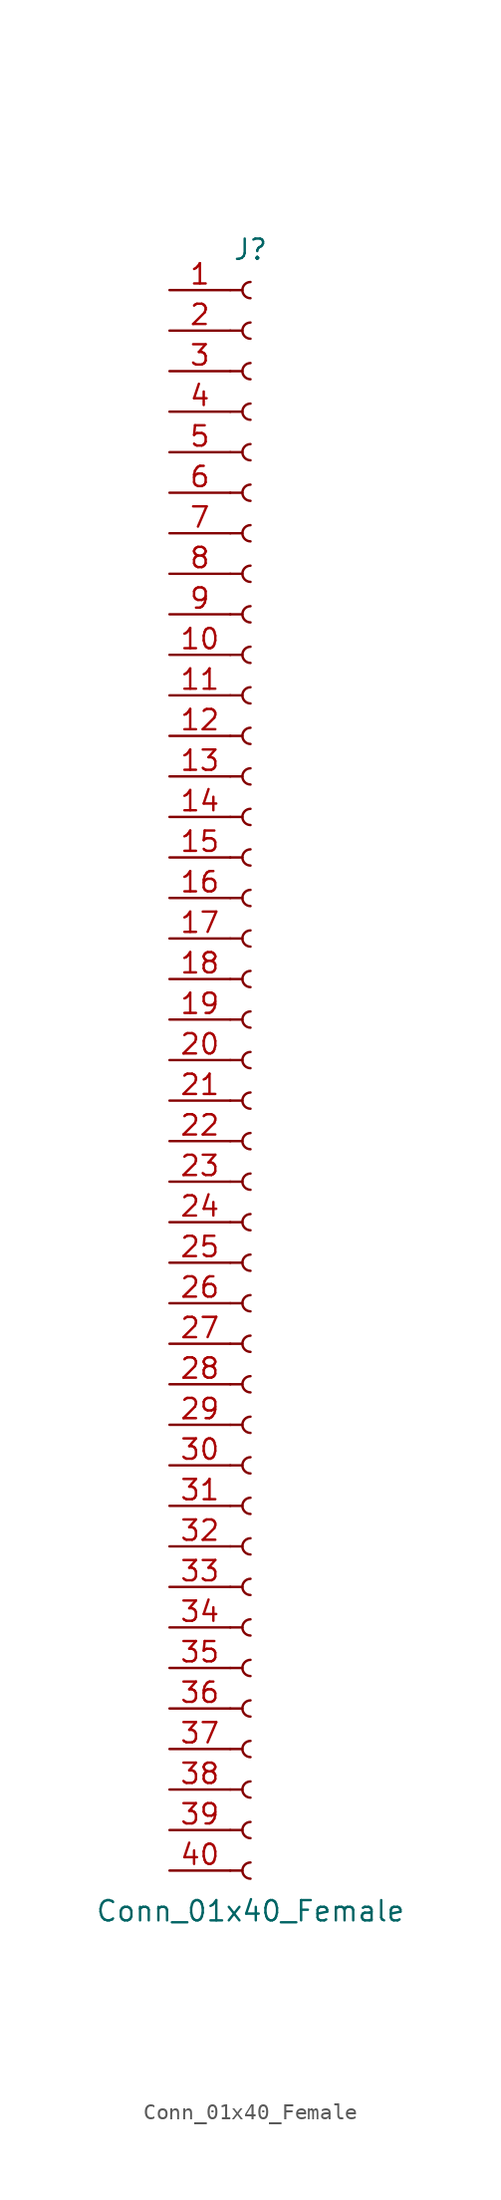
<source format=kicad_sym>
(kicad_symbol_lib
  (version 20220914)
  (generator kicad_symbol_editor)
  (symbol "Conn_01x40_Female"
    (pin_names
      (offset 1.016) hide)
    (property "Reference" "J"
      (at 0 50.8 0)
      (effects (font (size 1.27 1.27))))
    (property "Value" "Conn_01x40_Female"
      (at 0 -53.34 0)
      (effects (font (size 1.27 1.27))))
    (symbol "Conn_01x40_Female_1_1"
      (arc (start 0 -50.292) (mid -0.5058 -50.8) (end 0 -51.308) (stroke (width 0.1524) (type default)) (fill (type none)))
      (arc (start 0 -47.752) (mid -0.5058 -48.26) (end 0 -48.768) (stroke (width 0.1524) (type default)) (fill (type none)))
      (arc (start 0 -45.212) (mid -0.5058 -45.72) (end 0 -46.228) (stroke (width 0.1524) (type default)) (fill (type none)))
      (arc (start 0 -42.672) (mid -0.5058 -43.18) (end 0 -43.688) (stroke (width 0.1524) (type default)) (fill (type none)))
      (arc (start 0 -40.132) (mid -0.5058 -40.64) (end 0 -41.148) (stroke (width 0.1524) (type default)) (fill (type none)))
      (arc (start 0 -37.592) (mid -0.5058 -38.1) (end 0 -38.608) (stroke (width 0.1524) (type default)) (fill (type none)))
      (arc (start 0 -35.052) (mid -0.5058 -35.56) (end 0 -36.068) (stroke (width 0.1524) (type default)) (fill (type none)))
      (arc (start 0 -32.512) (mid -0.5058 -33.02) (end 0 -33.528) (stroke (width 0.1524) (type default)) (fill (type none)))
      (arc (start 0 -29.972) (mid -0.5058 -30.48) (end 0 -30.988) (stroke (width 0.1524) (type default)) (fill (type none)))
      (arc (start 0 -27.432) (mid -0.5058 -27.94) (end 0 -28.448) (stroke (width 0.1524) (type default)) (fill (type none)))
      (arc (start 0 -24.892) (mid -0.5058 -25.4) (end 0 -25.908) (stroke (width 0.1524) (type default)) (fill (type none)))
      (arc (start 0 -22.352) (mid -0.5058 -22.86) (end 0 -23.368) (stroke (width 0.1524) (type default)) (fill (type none)))
      (arc (start 0 -19.812) (mid -0.5058 -20.32) (end 0 -20.828) (stroke (width 0.1524) (type default)) (fill (type none)))
      (arc (start 0 -17.272) (mid -0.5058 -17.78) (end 0 -18.288) (stroke (width 0.1524) (type default)) (fill (type none)))
      (arc (start 0 -14.732) (mid -0.5058 -15.24) (end 0 -15.748) (stroke (width 0.1524) (type default)) (fill (type none)))
      (arc (start 0 -12.192) (mid -0.5058 -12.7) (end 0 -13.208) (stroke (width 0.1524) (type default)) (fill (type none)))
      (arc (start 0 -9.652) (mid -0.5058 -10.16) (end 0 -10.668) (stroke (width 0.1524) (type default)) (fill (type none)))
      (arc (start 0 -7.112) (mid -0.5058 -7.62) (end 0 -8.128) (stroke (width 0.1524) (type default)) (fill (type none)))
      (arc (start 0 -4.572) (mid -0.5058 -5.08) (end 0 -5.588) (stroke (width 0.1524) (type default)) (fill (type none)))
      (arc (start 0 -2.032) (mid -0.5058 -2.54) (end 0 -3.048) (stroke (width 0.1524) (type default)) (fill (type none)))
      (polyline (pts (xy -1.27 -50.8) (xy -0.508 -50.8)) (stroke (width 0.152) (type default)) (fill (type none)))
      (polyline (pts (xy -1.27 -48.26) (xy -0.508 -48.26)) (stroke (width 0.152) (type default)) (fill (type none)))
      (polyline (pts (xy -1.27 -45.72) (xy -0.508 -45.72)) (stroke (width 0.152) (type default)) (fill (type none)))
      (polyline (pts (xy -1.27 -43.18) (xy -0.508 -43.18)) (stroke (width 0.152) (type default)) (fill (type none)))
      (polyline (pts (xy -1.27 -40.64) (xy -0.508 -40.64)) (stroke (width 0.152) (type default)) (fill (type none)))
      (polyline (pts (xy -1.27 -38.1) (xy -0.508 -38.1)) (stroke (width 0.152) (type default)) (fill (type none)))
      (polyline (pts (xy -1.27 -35.56) (xy -0.508 -35.56)) (stroke (width 0.152) (type default)) (fill (type none)))
      (polyline (pts (xy -1.27 -33.02) (xy -0.508 -33.02)) (stroke (width 0.152) (type default)) (fill (type none)))
      (polyline (pts (xy -1.27 -30.48) (xy -0.508 -30.48)) (stroke (width 0.152) (type default)) (fill (type none)))
      (polyline (pts (xy -1.27 -27.94) (xy -0.508 -27.94)) (stroke (width 0.152) (type default)) (fill (type none)))
      (polyline (pts (xy -1.27 -25.4) (xy -0.508 -25.4)) (stroke (width 0.152) (type default)) (fill (type none)))
      (polyline (pts (xy -1.27 -22.86) (xy -0.508 -22.86)) (stroke (width 0.152) (type default)) (fill (type none)))
      (polyline (pts (xy -1.27 -20.32) (xy -0.508 -20.32)) (stroke (width 0.152) (type default)) (fill (type none)))
      (polyline (pts (xy -1.27 -17.78) (xy -0.508 -17.78)) (stroke (width 0.152) (type default)) (fill (type none)))
      (polyline (pts (xy -1.27 -15.24) (xy -0.508 -15.24)) (stroke (width 0.152) (type default)) (fill (type none)))
      (polyline (pts (xy -1.27 -12.7) (xy -0.508 -12.7)) (stroke (width 0.152) (type default)) (fill (type none)))
      (polyline (pts (xy -1.27 -10.16) (xy -0.508 -10.16)) (stroke (width 0.152) (type default)) (fill (type none)))
      (polyline (pts (xy -1.27 -7.62) (xy -0.508 -7.62)) (stroke (width 0.152) (type default)) (fill (type none)))
      (polyline (pts (xy -1.27 -5.08) (xy -0.508 -5.08)) (stroke (width 0.152) (type default)) (fill (type none)))
      (polyline (pts (xy -1.27 -2.54) (xy -0.508 -2.54)) (stroke (width 0.152) (type default)) (fill (type none)))
      (polyline (pts (xy -1.27 0) (xy -0.508 0)) (stroke (width 0.152) (type default)) (fill (type none)))
      (polyline (pts (xy -1.27 2.54) (xy -0.508 2.54)) (stroke (width 0.152) (type default)) (fill (type none)))
      (polyline (pts (xy -1.27 5.08) (xy -0.508 5.08)) (stroke (width 0.152) (type default)) (fill (type none)))
      (polyline (pts (xy -1.27 7.62) (xy -0.508 7.62)) (stroke (width 0.152) (type default)) (fill (type none)))
      (polyline (pts (xy -1.27 10.16) (xy -0.508 10.16)) (stroke (width 0.152) (type default)) (fill (type none)))
      (polyline (pts (xy -1.27 12.7) (xy -0.508 12.7)) (stroke (width 0.152) (type default)) (fill (type none)))
      (polyline (pts (xy -1.27 15.24) (xy -0.508 15.24)) (stroke (width 0.152) (type default)) (fill (type none)))
      (polyline (pts (xy -1.27 17.78) (xy -0.508 17.78)) (stroke (width 0.152) (type default)) (fill (type none)))
      (polyline (pts (xy -1.27 20.32) (xy -0.508 20.32)) (stroke (width 0.152) (type default)) (fill (type none)))
      (polyline (pts (xy -1.27 22.86) (xy -0.508 22.86)) (stroke (width 0.152) (type default)) (fill (type none)))
      (polyline (pts (xy -1.27 25.4) (xy -0.508 25.4)) (stroke (width 0.152) (type default)) (fill (type none)))
      (polyline (pts (xy -1.27 27.94) (xy -0.508 27.94)) (stroke (width 0.152) (type default)) (fill (type none)))
      (polyline (pts (xy -1.27 30.48) (xy -0.508 30.48)) (stroke (width 0.152) (type default)) (fill (type none)))
      (polyline (pts (xy -1.27 33.02) (xy -0.508 33.02)) (stroke (width 0.152) (type default)) (fill (type none)))
      (polyline (pts (xy -1.27 35.56) (xy -0.508 35.56)) (stroke (width 0.152) (type default)) (fill (type none)))
      (polyline (pts (xy -1.27 38.1) (xy -0.508 38.1)) (stroke (width 0.152) (type default)) (fill (type none)))
      (polyline (pts (xy -1.27 40.64) (xy -0.508 40.64)) (stroke (width 0.152) (type default)) (fill (type none)))
      (polyline (pts (xy -1.27 43.18) (xy -0.508 43.18)) (stroke (width 0.152) (type default)) (fill (type none)))
      (polyline (pts (xy -1.27 45.72) (xy -0.508 45.72)) (stroke (width 0.152) (type default)) (fill (type none)))
      (polyline (pts (xy -1.27 48.26) (xy -0.508 48.26)) (stroke (width 0.152) (type default)) (fill (type none)))
      (arc (start 0 0.508) (mid -0.5058 0) (end 0 -0.508) (stroke (width 0.1524) (type default)) (fill (type none)))
      (arc (start 0 3.048) (mid -0.5058 2.54) (end 0 2.032) (stroke (width 0.1524) (type default)) (fill (type none)))
      (arc (start 0 5.588) (mid -0.5058 5.08) (end 0 4.572) (stroke (width 0.1524) (type default)) (fill (type none)))
      (arc (start 0 8.128) (mid -0.5058 7.62) (end 0 7.112) (stroke (width 0.1524) (type default)) (fill (type none)))
      (arc (start 0 10.668) (mid -0.5058 10.16) (end 0 9.652) (stroke (width 0.1524) (type default)) (fill (type none)))
      (arc (start 0 13.208) (mid -0.5058 12.7) (end 0 12.192) (stroke (width 0.1524) (type default)) (fill (type none)))
      (arc (start 0 15.748) (mid -0.5058 15.24) (end 0 14.732) (stroke (width 0.1524) (type default)) (fill (type none)))
      (arc (start 0 18.288) (mid -0.5058 17.78) (end 0 17.272) (stroke (width 0.1524) (type default)) (fill (type none)))
      (arc (start 0 20.828) (mid -0.5058 20.32) (end 0 19.812) (stroke (width 0.1524) (type default)) (fill (type none)))
      (arc (start 0 23.368) (mid -0.5058 22.86) (end 0 22.352) (stroke (width 0.1524) (type default)) (fill (type none)))
      (arc (start 0 25.908) (mid -0.5058 25.4) (end 0 24.892) (stroke (width 0.1524) (type default)) (fill (type none)))
      (arc (start 0 28.448) (mid -0.5058 27.94) (end 0 27.432) (stroke (width 0.1524) (type default)) (fill (type none)))
      (arc (start 0 30.988) (mid -0.5058 30.48) (end 0 29.972) (stroke (width 0.1524) (type default)) (fill (type none)))
      (arc (start 0 33.528) (mid -0.5058 33.02) (end 0 32.512) (stroke (width 0.1524) (type default)) (fill (type none)))
      (arc (start 0 36.068) (mid -0.5058 35.56) (end 0 35.052) (stroke (width 0.1524) (type default)) (fill (type none)))
      (arc (start 0 38.608) (mid -0.5058 38.1) (end 0 37.592) (stroke (width 0.1524) (type default)) (fill (type none)))
      (arc (start 0 41.148) (mid -0.5058 40.64) (end 0 40.132) (stroke (width 0.1524) (type default)) (fill (type none)))
      (arc (start 0 43.688) (mid -0.5058 43.18) (end 0 42.672) (stroke (width 0.1524) (type default)) (fill (type none)))
      (arc (start 0 46.228) (mid -0.5058 45.72) (end 0 45.212) (stroke (width 0.1524) (type default)) (fill (type none)))
      (arc (start 0 48.768) (mid -0.5058 48.26) (end 0 47.752) (stroke (width 0.1524) (type default)) (fill (type none)))
      (pin passive line (at -5.08 48.26 0) (length 3.81) (name "Pin_1" (effects (font (size 1.27 1.27)))) (number "1" (effects (font (size 1.27 1.27)))))
      (pin passive line (at -5.08 25.4 0) (length 3.81) (name "Pin_10" (effects (font (size 1.27 1.27)))) (number "10" (effects (font (size 1.27 1.27)))))
      (pin passive line (at -5.08 22.86 0) (length 3.81) (name "Pin_11" (effects (font (size 1.27 1.27)))) (number "11" (effects (font (size 1.27 1.27)))))
      (pin passive line (at -5.08 20.32 0) (length 3.81) (name "Pin_12" (effects (font (size 1.27 1.27)))) (number "12" (effects (font (size 1.27 1.27)))))
      (pin passive line (at -5.08 17.78 0) (length 3.81) (name "Pin_13" (effects (font (size 1.27 1.27)))) (number "13" (effects (font (size 1.27 1.27)))))
      (pin passive line (at -5.08 15.24 0) (length 3.81) (name "Pin_14" (effects (font (size 1.27 1.27)))) (number "14" (effects (font (size 1.27 1.27)))))
      (pin passive line (at -5.08 12.7 0) (length 3.81) (name "Pin_15" (effects (font (size 1.27 1.27)))) (number "15" (effects (font (size 1.27 1.27)))))
      (pin passive line (at -5.08 10.16 0) (length 3.81) (name "Pin_16" (effects (font (size 1.27 1.27)))) (number "16" (effects (font (size 1.27 1.27)))))
      (pin passive line (at -5.08 7.62 0) (length 3.81) (name "Pin_17" (effects (font (size 1.27 1.27)))) (number "17" (effects (font (size 1.27 1.27)))))
      (pin passive line (at -5.08 5.08 0) (length 3.81) (name "Pin_18" (effects (font (size 1.27 1.27)))) (number "18" (effects (font (size 1.27 1.27)))))
      (pin passive line (at -5.08 2.54 0) (length 3.81) (name "Pin_19" (effects (font (size 1.27 1.27)))) (number "19" (effects (font (size 1.27 1.27)))))
      (pin passive line (at -5.08 45.72 0) (length 3.81) (name "Pin_2" (effects (font (size 1.27 1.27)))) (number "2" (effects (font (size 1.27 1.27)))))
      (pin passive line (at -5.08 0 0) (length 3.81) (name "Pin_20" (effects (font (size 1.27 1.27)))) (number "20" (effects (font (size 1.27 1.27)))))
      (pin passive line (at -5.08 -2.54 0) (length 3.81) (name "Pin_21" (effects (font (size 1.27 1.27)))) (number "21" (effects (font (size 1.27 1.27)))))
      (pin passive line (at -5.08 -5.08 0) (length 3.81) (name "Pin_22" (effects (font (size 1.27 1.27)))) (number "22" (effects (font (size 1.27 1.27)))))
      (pin passive line (at -5.08 -7.62 0) (length 3.81) (name "Pin_23" (effects (font (size 1.27 1.27)))) (number "23" (effects (font (size 1.27 1.27)))))
      (pin passive line (at -5.08 -10.16 0) (length 3.81) (name "Pin_24" (effects (font (size 1.27 1.27)))) (number "24" (effects (font (size 1.27 1.27)))))
      (pin passive line (at -5.08 -12.7 0) (length 3.81) (name "Pin_25" (effects (font (size 1.27 1.27)))) (number "25" (effects (font (size 1.27 1.27)))))
      (pin passive line (at -5.08 -15.24 0) (length 3.81) (name "Pin_26" (effects (font (size 1.27 1.27)))) (number "26" (effects (font (size 1.27 1.27)))))
      (pin passive line (at -5.08 -17.78 0) (length 3.81) (name "Pin_27" (effects (font (size 1.27 1.27)))) (number "27" (effects (font (size 1.27 1.27)))))
      (pin passive line (at -5.08 -20.32 0) (length 3.81) (name "Pin_28" (effects (font (size 1.27 1.27)))) (number "28" (effects (font (size 1.27 1.27)))))
      (pin passive line (at -5.08 -22.86 0) (length 3.81) (name "Pin_29" (effects (font (size 1.27 1.27)))) (number "29" (effects (font (size 1.27 1.27)))))
      (pin passive line (at -5.08 43.18 0) (length 3.81) (name "Pin_3" (effects (font (size 1.27 1.27)))) (number "3" (effects (font (size 1.27 1.27)))))
      (pin passive line (at -5.08 -25.4 0) (length 3.81) (name "Pin_30" (effects (font (size 1.27 1.27)))) (number "30" (effects (font (size 1.27 1.27)))))
      (pin passive line (at -5.08 -27.94 0) (length 3.81) (name "Pin_31" (effects (font (size 1.27 1.27)))) (number "31" (effects (font (size 1.27 1.27)))))
      (pin passive line (at -5.08 -30.48 0) (length 3.81) (name "Pin_32" (effects (font (size 1.27 1.27)))) (number "32" (effects (font (size 1.27 1.27)))))
      (pin passive line (at -5.08 -33.02 0) (length 3.81) (name "Pin_33" (effects (font (size 1.27 1.27)))) (number "33" (effects (font (size 1.27 1.27)))))
      (pin passive line (at -5.08 -35.56 0) (length 3.81) (name "Pin_34" (effects (font (size 1.27 1.27)))) (number "34" (effects (font (size 1.27 1.27)))))
      (pin passive line (at -5.08 -38.1 0) (length 3.81) (name "Pin_35" (effects (font (size 1.27 1.27)))) (number "35" (effects (font (size 1.27 1.27)))))
      (pin passive line (at -5.08 -40.64 0) (length 3.81) (name "Pin_36" (effects (font (size 1.27 1.27)))) (number "36" (effects (font (size 1.27 1.27)))))
      (pin passive line (at -5.08 -43.18 0) (length 3.81) (name "Pin_37" (effects (font (size 1.27 1.27)))) (number "37" (effects (font (size 1.27 1.27)))))
      (pin passive line (at -5.08 -45.72 0) (length 3.81) (name "Pin_38" (effects (font (size 1.27 1.27)))) (number "38" (effects (font (size 1.27 1.27)))))
      (pin passive line (at -5.08 -48.26 0) (length 3.81) (name "Pin_39" (effects (font (size 1.27 1.27)))) (number "39" (effects (font (size 1.27 1.27)))))
      (pin passive line (at -5.08 40.64 0) (length 3.81) (name "Pin_4" (effects (font (size 1.27 1.27)))) (number "4" (effects (font (size 1.27 1.27)))))
      (pin passive line (at -5.08 -50.8 0) (length 3.81) (name "Pin_40" (effects (font (size 1.27 1.27)))) (number "40" (effects (font (size 1.27 1.27)))))
      (pin passive line (at -5.08 38.1 0) (length 3.81) (name "Pin_5" (effects (font (size 1.27 1.27)))) (number "5" (effects (font (size 1.27 1.27)))))
      (pin passive line (at -5.08 35.56 0) (length 3.81) (name "Pin_6" (effects (font (size 1.27 1.27)))) (number "6" (effects (font (size 1.27 1.27)))))
      (pin passive line (at -5.08 33.02 0) (length 3.81) (name "Pin_7" (effects (font (size 1.27 1.27)))) (number "7" (effects (font (size 1.27 1.27)))))
      (pin passive line (at -5.08 30.48 0) (length 3.81) (name "Pin_8" (effects (font (size 1.27 1.27)))) (number "8" (effects (font (size 1.27 1.27)))))
      (pin passive line (at -5.08 27.94 0) (length 3.81) (name "Pin_9" (effects (font (size 1.27 1.27)))) (number "9" (effects (font (size 1.27 1.27))))))))
</source>
